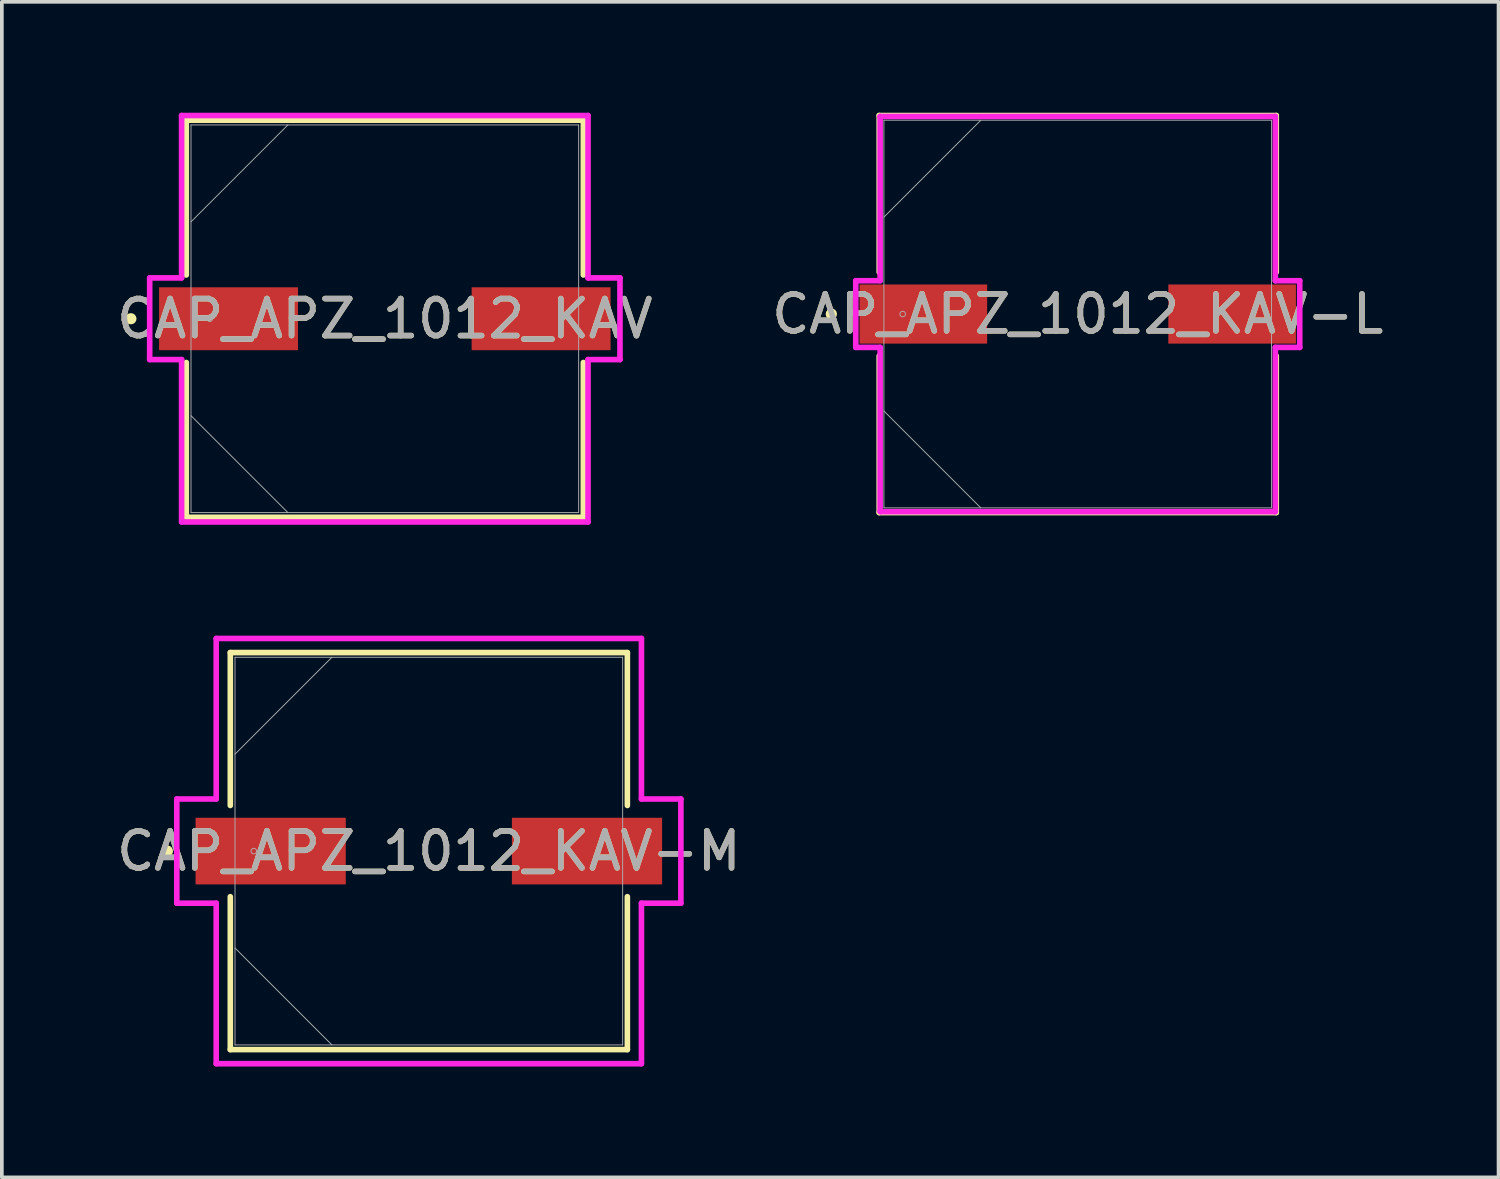
<source format=kicad_pcb>
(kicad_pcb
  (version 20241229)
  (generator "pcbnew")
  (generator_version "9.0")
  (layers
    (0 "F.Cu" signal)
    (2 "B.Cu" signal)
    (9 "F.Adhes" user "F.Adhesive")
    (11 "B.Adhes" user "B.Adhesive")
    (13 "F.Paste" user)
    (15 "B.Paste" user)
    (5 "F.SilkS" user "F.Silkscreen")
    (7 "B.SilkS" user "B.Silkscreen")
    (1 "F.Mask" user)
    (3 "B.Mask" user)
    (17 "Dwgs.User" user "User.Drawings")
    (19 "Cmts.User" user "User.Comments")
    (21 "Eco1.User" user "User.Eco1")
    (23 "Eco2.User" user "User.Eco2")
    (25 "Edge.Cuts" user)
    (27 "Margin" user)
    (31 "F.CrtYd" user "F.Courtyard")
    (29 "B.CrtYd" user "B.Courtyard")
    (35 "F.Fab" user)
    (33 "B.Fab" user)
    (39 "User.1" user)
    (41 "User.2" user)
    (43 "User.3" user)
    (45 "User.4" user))
  (footprint "CAP_APZ_1012_KAV"
    (layer "F.Cu")
    (at 7.363 5.575)
    (property "Reference" "CAP_APZ_1012_KAV" (at 0 0 0) (unlocked yes) (layer "F.SilkS") (effects (font (size 1 1) (thickness 0.15))))
    (attr smd)
    (fp_line (start -5.372 -5.372) (end -5.372 -1.184) (stroke (width 0.152) (type solid)) (layer "F.SilkS"))
    (fp_line (start -5.372 1.184) (end -5.372 5.372) (stroke (width 0.152) (type solid)) (layer "F.SilkS"))
    (fp_line (start -5.372 5.372) (end 5.372 5.372) (stroke (width 0.152) (type solid)) (layer "F.SilkS"))
    (fp_line (start 5.372 -5.372) (end -5.372 -5.372) (stroke (width 0.152) (type solid)) (layer "F.SilkS"))
    (fp_line (start 5.372 -1.184) (end 5.372 -5.372) (stroke (width 0.152) (type solid)) (layer "F.SilkS"))
    (fp_line (start 5.372 5.372) (end 5.372 1.184) (stroke (width 0.152) (type solid)) (layer "F.SilkS"))
    (fp_circle (center -6.871 0) (end -6.795 0) (stroke (width 0.152) (type solid)) (fill no) (layer "F.SilkS"))
    (fp_line (start -6.363 -1.105) (end -5.499 -1.105) (stroke (width 0.152) (type solid)) (layer "F.CrtYd"))
    (fp_line (start -6.363 1.105) (end -6.363 -1.105) (stroke (width 0.152) (type solid)) (layer "F.CrtYd"))
    (fp_line (start -5.499 -5.499) (end 5.499 -5.499) (stroke (width 0.152) (type solid)) (layer "F.CrtYd"))
    (fp_line (start -5.499 -1.105) (end -5.499 -5.499) (stroke (width 0.152) (type solid)) (layer "F.CrtYd"))
    (fp_line (start -5.499 1.105) (end -6.363 1.105) (stroke (width 0.152) (type solid)) (layer "F.CrtYd"))
    (fp_line (start -5.499 5.499) (end -5.499 1.105) (stroke (width 0.152) (type solid)) (layer "F.CrtYd"))
    (fp_line (start 5.499 -5.499) (end 5.499 -1.105) (stroke (width 0.152) (type solid)) (layer "F.CrtYd"))
    (fp_line (start 5.499 -1.105) (end 6.363 -1.105) (stroke (width 0.152) (type solid)) (layer "F.CrtYd"))
    (fp_line (start 5.499 1.105) (end 5.499 5.499) (stroke (width 0.152) (type solid)) (layer "F.CrtYd"))
    (fp_line (start 5.499 5.499) (end -5.499 5.499) (stroke (width 0.152) (type solid)) (layer "F.CrtYd"))
    (fp_line (start 6.363 -1.105) (end 6.363 1.105) (stroke (width 0.152) (type solid)) (layer "F.CrtYd"))
    (fp_line (start 6.363 1.105) (end 5.499 1.105) (stroke (width 0.152) (type solid)) (layer "F.CrtYd"))
    (fp_line (start -5.245 -5.245) (end -5.245 5.245) (stroke (width 0.025) (type solid)) (layer "F.Fab"))
    (fp_line (start -5.245 -2.623) (end -2.623 -5.245) (stroke (width 0.025) (type solid)) (layer "F.Fab"))
    (fp_line (start -5.245 2.623) (end -2.623 5.245) (stroke (width 0.025) (type solid)) (layer "F.Fab"))
    (fp_line (start -5.245 5.245) (end 5.245 5.245) (stroke (width 0.025) (type solid)) (layer "F.Fab"))
    (fp_line (start 5.245 -5.245) (end -5.245 -5.245) (stroke (width 0.025) (type solid)) (layer "F.Fab"))
    (fp_line (start 5.245 5.245) (end 5.245 -5.245) (stroke (width 0.025) (type solid)) (layer "F.Fab"))
    (fp_circle (center -4.737 0) (end -4.661 0) (stroke (width 0.025) (type solid)) (fill no) (layer "F.Fab"))
    (fp_text user "${REFERENCE}" (at 0 0 0) (unlocked yes) (layer "F.Fab") (effects (font (size 1 1) (thickness 0.15))))
    (pad "1" smd rect (at -4.229 0) (size 3.759 1.702) (layers "F.Cu" "F.Mask" "F.Paste"))
    (pad "2" smd rect (at 4.229 0) (size 3.759 1.702) (layers "F.Cu" "F.Mask" "F.Paste"))
    (zone (net_name "") (layer "F.Cu") (hatch full 0.508) (connect_pads) (min_thickness 0.254) (filled_areas_thickness no) (keepout (tracks not_allowed) (vias not_allowed) (pads allowed) (copperpour not_allowed) (footprints allowed)) (placement (enabled no)) (fill) (polygon (pts (xy 2.169 0.381) (xy 12.557 0.381) (xy 12.557 4.674) (xy 2.169 4.674))))
    (zone (net_name "") (layer "F.Cu") (hatch full 0.508) (connect_pads) (min_thickness 0.254) (filled_areas_thickness no) (keepout (tracks not_allowed) (vias not_allowed) (pads allowed) (copperpour not_allowed) (footprints allowed)) (placement (enabled no)) (fill) (polygon (pts (xy 2.169 6.477) (xy 12.557 6.477) (xy 12.557 10.77) (xy 2.169 10.77))))
    (zone (net_name "") (layer "F.Cu") (hatch full 0.508) (connect_pads) (min_thickness 0.254) (filled_areas_thickness no) (keepout (tracks not_allowed) (vias not_allowed) (pads allowed) (copperpour not_allowed) (footprints allowed)) (placement (enabled no)) (fill) (polygon (pts (xy 5.064 4.674) (xy 9.662 4.674) (xy 9.662 6.477) (xy 5.064 6.477)))))
  (footprint "CAP_APZ_1012_KAV-M"
    (layer "F.Cu")
    (at 8.554 19.98)
    (property "Reference" "CAP_APZ_1012_KAV-M" (at 0 0 0) (unlocked yes) (layer "F.SilkS") (effects (font (size 1 1) (thickness 0.15))))
    (attr smd)
    (fp_line (start -5.372 -5.372) (end -5.372 -1.234) (stroke (width 0.152) (type solid)) (layer "F.SilkS"))
    (fp_line (start -5.372 1.234) (end -5.372 5.372) (stroke (width 0.152) (type solid)) (layer "F.SilkS"))
    (fp_line (start -5.372 5.372) (end 5.372 5.372) (stroke (width 0.152) (type solid)) (layer "F.SilkS"))
    (fp_line (start 5.372 -5.372) (end -5.372 -5.372) (stroke (width 0.152) (type solid)) (layer "F.SilkS"))
    (fp_line (start 5.372 -1.234) (end 5.372 -5.372) (stroke (width 0.152) (type solid)) (layer "F.SilkS"))
    (fp_line (start 5.372 5.372) (end 5.372 1.234) (stroke (width 0.152) (type solid)) (layer "F.SilkS"))
    (fp_circle (center -7.074 0) (end -6.998 0) (stroke (width 0.152) (type solid)) (fill no) (layer "F.SilkS"))
    (fp_line (start -6.82 -1.41) (end -5.753 -1.41) (stroke (width 0.152) (type solid)) (layer "F.CrtYd"))
    (fp_line (start -6.82 1.41) (end -6.82 -1.41) (stroke (width 0.152) (type solid)) (layer "F.CrtYd"))
    (fp_line (start -5.753 -5.753) (end 5.753 -5.753) (stroke (width 0.152) (type solid)) (layer "F.CrtYd"))
    (fp_line (start -5.753 -1.41) (end -5.753 -5.753) (stroke (width 0.152) (type solid)) (layer "F.CrtYd"))
    (fp_line (start -5.753 1.41) (end -6.82 1.41) (stroke (width 0.152) (type solid)) (layer "F.CrtYd"))
    (fp_line (start -5.753 5.753) (end -5.753 1.41) (stroke (width 0.152) (type solid)) (layer "F.CrtYd"))
    (fp_line (start 5.753 -5.753) (end 5.753 -1.41) (stroke (width 0.152) (type solid)) (layer "F.CrtYd"))
    (fp_line (start 5.753 -1.41) (end 6.82 -1.41) (stroke (width 0.152) (type solid)) (layer "F.CrtYd"))
    (fp_line (start 5.753 1.41) (end 5.753 5.753) (stroke (width 0.152) (type solid)) (layer "F.CrtYd"))
    (fp_line (start 5.753 5.753) (end -5.753 5.753) (stroke (width 0.152) (type solid)) (layer "F.CrtYd"))
    (fp_line (start 6.82 -1.41) (end 6.82 1.41) (stroke (width 0.152) (type solid)) (layer "F.CrtYd"))
    (fp_line (start 6.82 1.41) (end 5.753 1.41) (stroke (width 0.152) (type solid)) (layer "F.CrtYd"))
    (fp_line (start -5.245 -5.245) (end -5.245 5.245) (stroke (width 0.025) (type solid)) (layer "F.Fab"))
    (fp_line (start -5.245 -2.623) (end -2.623 -5.245) (stroke (width 0.025) (type solid)) (layer "F.Fab"))
    (fp_line (start -5.245 2.623) (end -2.623 5.245) (stroke (width 0.025) (type solid)) (layer "F.Fab"))
    (fp_line (start -5.245 5.245) (end 5.245 5.245) (stroke (width 0.025) (type solid)) (layer "F.Fab"))
    (fp_line (start 5.245 -5.245) (end -5.245 -5.245) (stroke (width 0.025) (type solid)) (layer "F.Fab"))
    (fp_line (start 5.245 5.245) (end 5.245 -5.245) (stroke (width 0.025) (type solid)) (layer "F.Fab"))
    (fp_circle (center -4.737 0) (end -4.661 0) (stroke (width 0.025) (type solid)) (fill no) (layer "F.Fab"))
    (fp_text user "${REFERENCE}" (at 0 0 0) (unlocked yes) (layer "F.Fab") (effects (font (size 1 1) (thickness 0.15))))
    (pad "1" smd rect (at -4.28 0) (size 4.064 1.803) (layers "F.Cu" "F.Mask" "F.Paste"))
    (pad "2" smd rect (at 4.28 0) (size 4.064 1.803) (layers "F.Cu" "F.Mask" "F.Paste"))
    (zone (net_name "") (layer "F.Cu") (hatch full 0.508) (connect_pads) (min_thickness 0.254) (filled_areas_thickness no) (keepout (tracks not_allowed) (vias not_allowed) (pads allowed) (copperpour not_allowed) (footprints allowed)) (placement (enabled no)) (fill) (polygon (pts (xy 3.359 14.786) (xy 13.748 14.786) (xy 13.748 19.027) (xy 3.359 19.027))))
    (zone (net_name "") (layer "F.Cu") (hatch full 0.508) (connect_pads) (min_thickness 0.254) (filled_areas_thickness no) (keepout (tracks not_allowed) (vias not_allowed) (pads allowed) (copperpour not_allowed) (footprints allowed)) (placement (enabled no)) (fill) (polygon (pts (xy 3.359 20.932) (xy 13.748 20.932) (xy 13.748 25.174) (xy 3.359 25.174))))
    (zone (net_name "") (layer "F.Cu") (hatch full 0.508) (connect_pads) (min_thickness 0.254) (filled_areas_thickness no) (keepout (tracks not_allowed) (vias not_allowed) (pads allowed) (copperpour not_allowed) (footprints allowed)) (placement (enabled no)) (fill) (polygon (pts (xy 6.356 19.027) (xy 10.751 19.027) (xy 10.751 20.932) (xy 6.356 20.932)))))
  (footprint "CAP_APZ_1012_KAV-L"
    (layer "F.Cu")
    (at 26.113 5.448)
    (property "Reference" "CAP_APZ_1012_KAV-L" (at 0 0 0) (unlocked yes) (layer "F.SilkS") (effects (font (size 1 1) (thickness 0.15))))
    (attr smd)
    (fp_line (start -5.372 -5.372) (end -5.372 -1.133) (stroke (width 0.152) (type solid)) (layer "F.SilkS"))
    (fp_line (start -5.372 1.133) (end -5.372 5.372) (stroke (width 0.152) (type solid)) (layer "F.SilkS"))
    (fp_line (start -5.372 5.372) (end 5.372 5.372) (stroke (width 0.152) (type solid)) (layer "F.SilkS"))
    (fp_line (start 5.372 -5.372) (end -5.372 -5.372) (stroke (width 0.152) (type solid)) (layer "F.SilkS"))
    (fp_line (start 5.372 -1.133) (end 5.372 -5.372) (stroke (width 0.152) (type solid)) (layer "F.SilkS"))
    (fp_line (start 5.372 5.372) (end 5.372 1.133) (stroke (width 0.152) (type solid)) (layer "F.SilkS"))
    (fp_circle (center -6.668 0) (end -6.591 0) (stroke (width 0.152) (type solid)) (fill no) (layer "F.SilkS"))
    (fp_line (start -6.007 -0.902) (end -5.347 -0.902) (stroke (width 0.152) (type solid)) (layer "F.CrtYd"))
    (fp_line (start -6.007 0.902) (end -6.007 -0.902) (stroke (width 0.152) (type solid)) (layer "F.CrtYd"))
    (fp_line (start -5.347 -5.347) (end 5.347 -5.347) (stroke (width 0.152) (type solid)) (layer "F.CrtYd"))
    (fp_line (start -5.347 -0.902) (end -5.347 -5.347) (stroke (width 0.152) (type solid)) (layer "F.CrtYd"))
    (fp_line (start -5.347 0.902) (end -6.007 0.902) (stroke (width 0.152) (type solid)) (layer "F.CrtYd"))
    (fp_line (start -5.347 5.347) (end -5.347 0.902) (stroke (width 0.152) (type solid)) (layer "F.CrtYd"))
    (fp_line (start 5.347 -5.347) (end 5.347 -0.902) (stroke (width 0.152) (type solid)) (layer "F.CrtYd"))
    (fp_line (start 5.347 -0.902) (end 6.007 -0.902) (stroke (width 0.152) (type solid)) (layer "F.CrtYd"))
    (fp_line (start 5.347 0.902) (end 5.347 5.347) (stroke (width 0.152) (type solid)) (layer "F.CrtYd"))
    (fp_line (start 5.347 5.347) (end -5.347 5.347) (stroke (width 0.152) (type solid)) (layer "F.CrtYd"))
    (fp_line (start 6.007 -0.902) (end 6.007 0.902) (stroke (width 0.152) (type solid)) (layer "F.CrtYd"))
    (fp_line (start 6.007 0.902) (end 5.347 0.902) (stroke (width 0.152) (type solid)) (layer "F.CrtYd"))
    (fp_line (start -5.245 -5.245) (end -5.245 5.245) (stroke (width 0.025) (type solid)) (layer "F.Fab"))
    (fp_line (start -5.245 -2.623) (end -2.623 -5.245) (stroke (width 0.025) (type solid)) (layer "F.Fab"))
    (fp_line (start -5.245 2.623) (end -2.623 5.245) (stroke (width 0.025) (type solid)) (layer "F.Fab"))
    (fp_line (start -5.245 5.245) (end 5.245 5.245) (stroke (width 0.025) (type solid)) (layer "F.Fab"))
    (fp_line (start 5.245 -5.245) (end -5.245 -5.245) (stroke (width 0.025) (type solid)) (layer "F.Fab"))
    (fp_line (start 5.245 5.245) (end 5.245 -5.245) (stroke (width 0.025) (type solid)) (layer "F.Fab"))
    (fp_circle (center -4.737 0) (end -4.661 0) (stroke (width 0.025) (type solid)) (fill no) (layer "F.Fab"))
    (fp_text user "${REFERENCE}" (at 0 0 0) (unlocked yes) (layer "F.Fab") (effects (font (size 1 1) (thickness 0.15))))
    (pad "1" smd rect (at -4.178 0) (size 3.454 1.6) (layers "F.Cu" "F.Mask" "F.Paste"))
    (pad "2" smd rect (at 4.178 0) (size 3.454 1.6) (layers "F.Cu" "F.Mask" "F.Paste"))
    (zone (net_name "") (layer "F.Cu") (hatch full 0.508) (connect_pads) (min_thickness 0.254) (filled_areas_thickness no) (keepout (tracks not_allowed) (vias not_allowed) (pads allowed) (copperpour not_allowed) (footprints allowed)) (placement (enabled no)) (fill) (polygon (pts (xy 20.919 0.254) (xy 31.307 0.254) (xy 31.307 4.597) (xy 20.919 4.597))))
    (zone (net_name "") (layer "F.Cu") (hatch full 0.508) (connect_pads) (min_thickness 0.254) (filled_areas_thickness no) (keepout (tracks not_allowed) (vias not_allowed) (pads allowed) (copperpour not_allowed) (footprints allowed)) (placement (enabled no)) (fill) (polygon (pts (xy 20.919 6.299) (xy 31.307 6.299) (xy 31.307 10.643) (xy 20.919 10.643))))
    (zone (net_name "") (layer "F.Cu") (hatch full 0.508) (connect_pads) (min_thickness 0.254) (filled_areas_thickness no) (keepout (tracks not_allowed) (vias not_allowed) (pads allowed) (copperpour not_allowed) (footprints allowed)) (placement (enabled no)) (fill) (polygon (pts (xy 23.713 4.597) (xy 28.513 4.597) (xy 28.513 6.299) (xy 23.713 6.299)))))
  (gr_rect
    (start -3 -3)
    (end 37.5 28.809)
    (stroke (width 0.1) (type default))
    (fill no)
    (layer "Edge.Cuts")))
</source>
